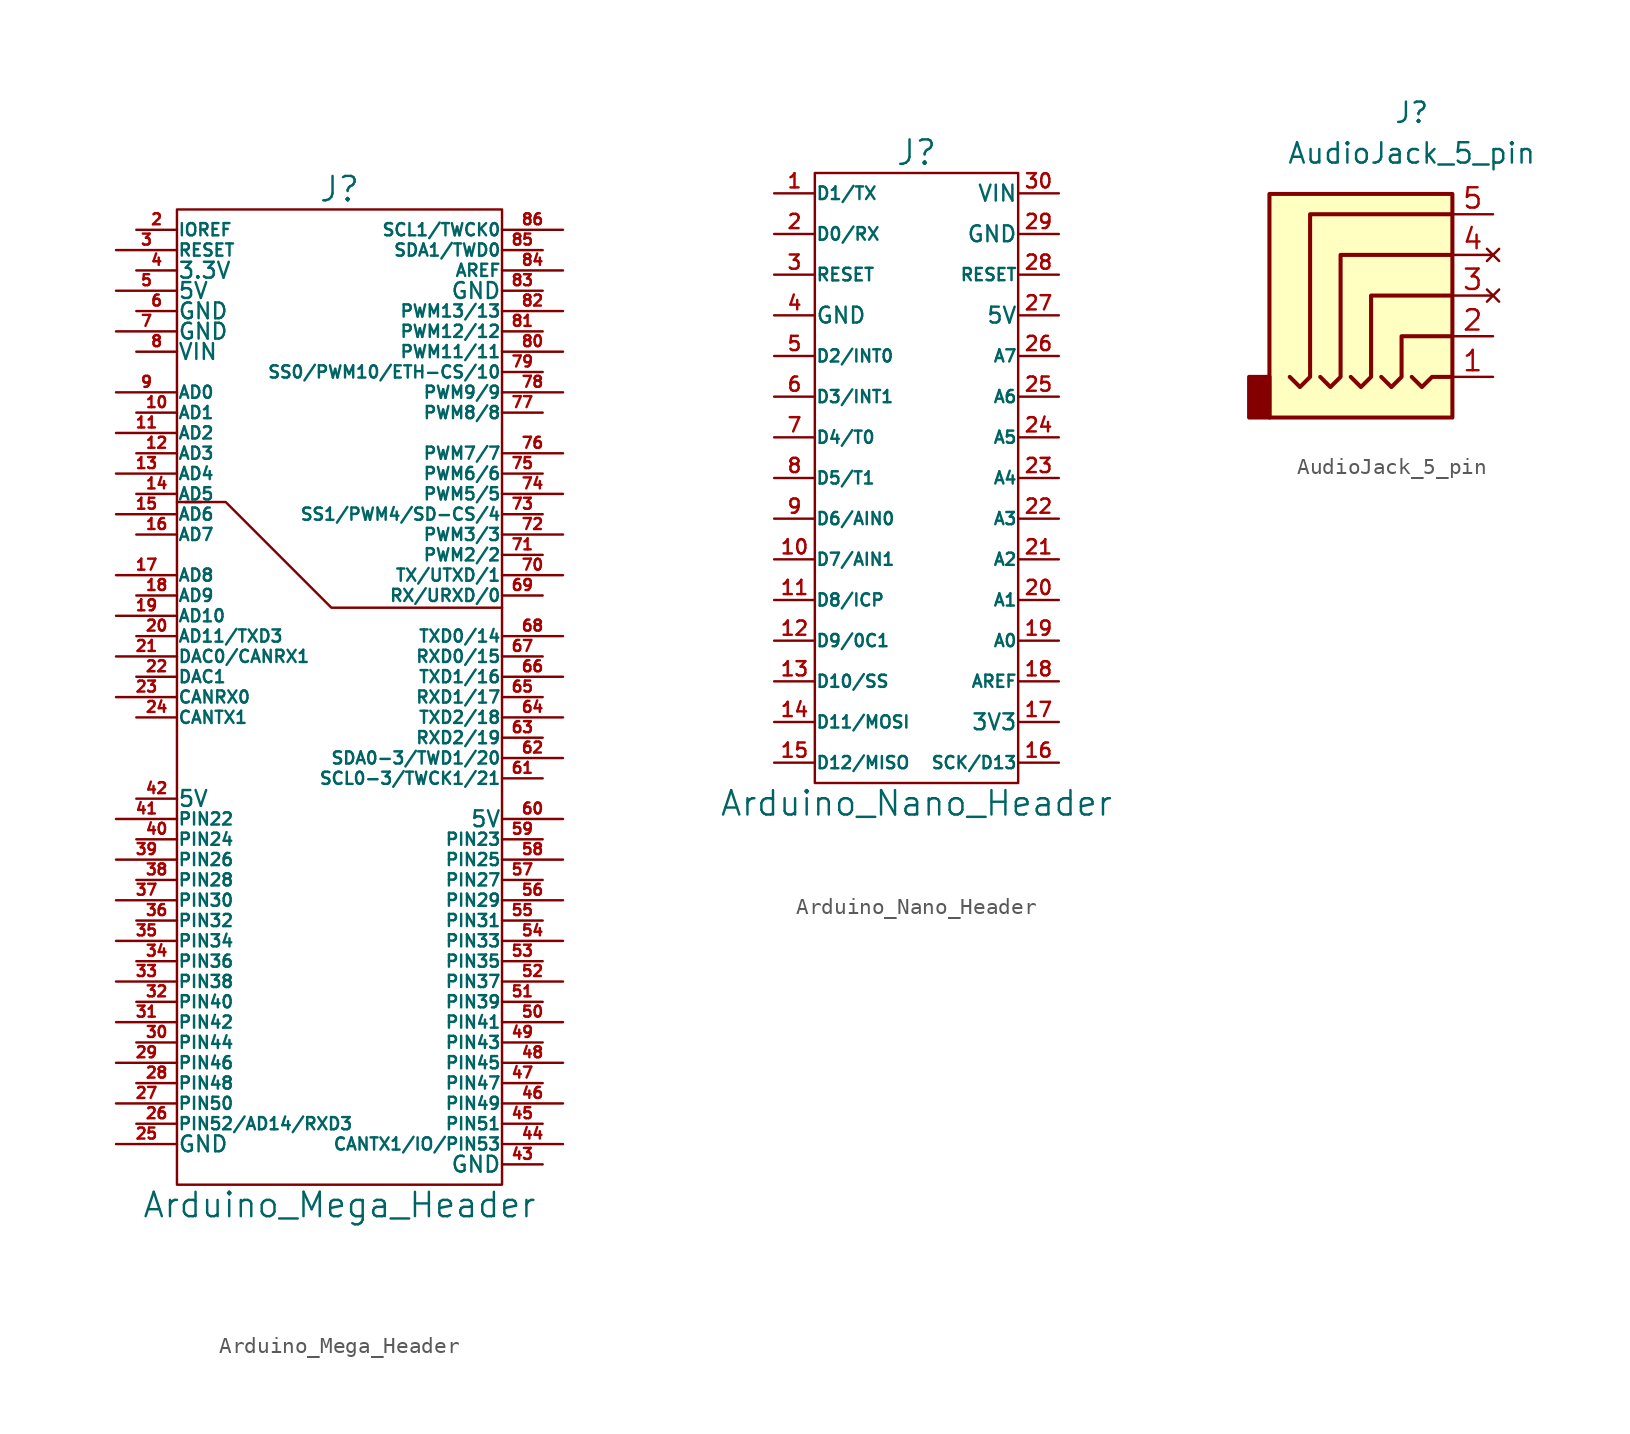
<source format=kicad_sym>
(kicad_symbol_lib
  (version 20211014)
  (generator kicad_symbol_editor)
  (symbol "Arduino_Mega_Header"
    (pin_names
      (offset 0.025))
    (property "Reference" "J"
      (at 0 31.75 0)
      (effects (font (size 1.524 1.524))))
    (property "Value" "Arduino_Mega_Header"
      (at 0 -31.75 0)
      (effects (font (size 1.524 1.524))))
    (property "Footprint" ""
      (at 0 0 0)
      (effects (font (size 1.524 1.524))))
    (property "Datasheet" ""
      (at 0 0 0)
      (effects (font (size 1.524 1.524))))
    (symbol "Arduino_Mega_Header_0_1"
      (polyline (pts (xy -8.636 12.192) (xy -9.652 12.192)) (stroke (width 0) (type default) (color 0 0 0 0)) (fill (type none)))
      (polyline (pts (xy 10.16 5.588) (xy -0.508 5.588) (xy -7.112 12.192) (xy -10.16 12.192)) (stroke (width 0) (type default) (color 0 0 0 0)) (fill (type none)))
      (rectangle (start 10.16 -30.48) (end -10.16 30.48) (stroke (width 0) (type default) (color 0 0 0 0)) (fill (type none))))
    (symbol "Arduino_Mega_Header_1_1"
      (pin passive line (at -12.7 17.78 0) (length 2.54) (name "AD1" (effects (font (size 0.762 0.762)))) (number "10" (effects (font (size 0.686 0.686)))))
      (pin passive line (at -13.97 16.51 0) (length 3.81) (name "AD2" (effects (font (size 0.762 0.762)))) (number "11" (effects (font (size 0.686 0.686)))))
      (pin passive line (at -12.7 15.24 0) (length 2.54) (name "AD3" (effects (font (size 0.762 0.762)))) (number "12" (effects (font (size 0.686 0.686)))))
      (pin passive line (at -13.97 13.97 0) (length 3.81) (name "AD4" (effects (font (size 0.762 0.762)))) (number "13" (effects (font (size 0.686 0.686)))))
      (pin passive line (at -12.7 12.7 0) (length 2.54) (name "AD5" (effects (font (size 0.762 0.762)))) (number "14" (effects (font (size 0.686 0.686)))))
      (pin passive line (at -13.97 11.43 0) (length 3.81) (name "AD6" (effects (font (size 0.762 0.762)))) (number "15" (effects (font (size 0.686 0.686)))))
      (pin passive line (at -12.7 10.16 0) (length 2.54) (name "AD7" (effects (font (size 0.762 0.762)))) (number "16" (effects (font (size 0.686 0.686)))))
      (pin passive line (at -13.97 7.62 0) (length 3.81) (name "AD8" (effects (font (size 0.762 0.762)))) (number "17" (effects (font (size 0.686 0.686)))))
      (pin passive line (at -12.7 6.35 0) (length 2.54) (name "AD9" (effects (font (size 0.762 0.762)))) (number "18" (effects (font (size 0.686 0.686)))))
      (pin passive line (at -13.97 5.08 0) (length 3.81) (name "AD10" (effects (font (size 0.762 0.762)))) (number "19" (effects (font (size 0.686 0.686)))))
      (pin passive line (at -12.7 29.21 0) (length 2.54) (name "IOREF" (effects (font (size 0.762 0.762)))) (number "2" (effects (font (size 0.686 0.686)))))
      (pin passive line (at -12.7 3.81 0) (length 2.54) (name "AD11/TXD3" (effects (font (size 0.762 0.762)))) (number "20" (effects (font (size 0.686 0.686)))))
      (pin passive line (at -13.97 2.54 0) (length 3.81) (name "DAC0/CANRX1" (effects (font (size 0.762 0.762)))) (number "21" (effects (font (size 0.686 0.686)))))
      (pin passive line (at -12.7 1.27 0) (length 2.54) (name "DAC1" (effects (font (size 0.762 0.762)))) (number "22" (effects (font (size 0.686 0.686)))))
      (pin passive line (at -13.97 0 0) (length 3.81) (name "CANRX0" (effects (font (size 0.762 0.762)))) (number "23" (effects (font (size 0.686 0.686)))))
      (pin passive line (at -12.7 -1.27 0) (length 2.54) (name "CANTX1" (effects (font (size 0.762 0.762)))) (number "24" (effects (font (size 0.686 0.686)))))
      (pin passive line (at -13.97 -27.94 0) (length 3.81) (name "GND" (effects (font (size 0.991 0.991)))) (number "25" (effects (font (size 0.686 0.686)))))
      (pin passive line (at -12.7 -26.67 0) (length 2.54) (name "PIN52/AD14/RXD3" (effects (font (size 0.762 0.762)))) (number "26" (effects (font (size 0.686 0.686)))))
      (pin passive line (at -13.97 -25.4 0) (length 3.81) (name "PIN50" (effects (font (size 0.762 0.762)))) (number "27" (effects (font (size 0.686 0.686)))))
      (pin passive line (at -12.7 -24.13 0) (length 2.54) (name "PIN48" (effects (font (size 0.762 0.762)))) (number "28" (effects (font (size 0.686 0.686)))))
      (pin passive line (at -13.97 -22.86 0) (length 3.81) (name "PIN46" (effects (font (size 0.762 0.762)))) (number "29" (effects (font (size 0.686 0.686)))))
      (pin passive line (at -13.97 27.94 0) (length 3.81) (name "RESET" (effects (font (size 0.762 0.762)))) (number "3" (effects (font (size 0.686 0.686)))))
      (pin passive line (at -12.7 -21.59 0) (length 2.54) (name "PIN44" (effects (font (size 0.762 0.762)))) (number "30" (effects (font (size 0.686 0.686)))))
      (pin passive line (at -13.97 -20.32 0) (length 3.81) (name "PIN42" (effects (font (size 0.762 0.762)))) (number "31" (effects (font (size 0.686 0.686)))))
      (pin passive line (at -12.7 -19.05 0) (length 2.54) (name "PIN40" (effects (font (size 0.762 0.762)))) (number "32" (effects (font (size 0.686 0.686)))))
      (pin passive line (at -13.97 -17.78 0) (length 3.81) (name "PIN38" (effects (font (size 0.762 0.762)))) (number "33" (effects (font (size 0.686 0.686)))))
      (pin passive line (at -12.7 -16.51 0) (length 2.54) (name "PIN36" (effects (font (size 0.762 0.762)))) (number "34" (effects (font (size 0.686 0.686)))))
      (pin passive line (at -13.97 -15.24 0) (length 3.81) (name "PIN34" (effects (font (size 0.762 0.762)))) (number "35" (effects (font (size 0.686 0.686)))))
      (pin passive line (at -12.7 -13.97 0) (length 2.54) (name "PIN32" (effects (font (size 0.762 0.762)))) (number "36" (effects (font (size 0.686 0.686)))))
      (pin passive line (at -13.97 -12.7 0) (length 3.81) (name "PIN30" (effects (font (size 0.762 0.762)))) (number "37" (effects (font (size 0.686 0.686)))))
      (pin passive line (at -12.7 -11.43 0) (length 2.54) (name "PIN28" (effects (font (size 0.762 0.762)))) (number "38" (effects (font (size 0.686 0.686)))))
      (pin passive line (at -13.97 -10.16 0) (length 3.81) (name "PIN26" (effects (font (size 0.762 0.762)))) (number "39" (effects (font (size 0.686 0.686)))))
      (pin passive line (at -12.7 26.67 0) (length 2.54) (name "3.3V" (effects (font (size 0.991 0.991)))) (number "4" (effects (font (size 0.686 0.686)))))
      (pin passive line (at -12.7 -8.89 0) (length 2.54) (name "PIN24" (effects (font (size 0.762 0.762)))) (number "40" (effects (font (size 0.686 0.686)))))
      (pin passive line (at -13.97 -7.62 0) (length 3.81) (name "PIN22" (effects (font (size 0.762 0.762)))) (number "41" (effects (font (size 0.686 0.686)))))
      (pin passive line (at -12.7 -6.35 0) (length 2.54) (name "5V" (effects (font (size 0.991 0.991)))) (number "42" (effects (font (size 0.686 0.686)))))
      (pin passive line (at 12.7 -29.21 180) (length 2.54) (name "GND" (effects (font (size 0.991 0.991)))) (number "43" (effects (font (size 0.686 0.686)))))
      (pin passive line (at 13.97 -27.94 180) (length 3.81) (name "CANTX1/IO/PIN53" (effects (font (size 0.762 0.762)))) (number "44" (effects (font (size 0.686 0.686)))))
      (pin passive line (at 12.7 -26.67 180) (length 2.54) (name "PIN51" (effects (font (size 0.762 0.762)))) (number "45" (effects (font (size 0.686 0.686)))))
      (pin passive line (at 13.97 -25.4 180) (length 3.81) (name "PIN49" (effects (font (size 0.762 0.762)))) (number "46" (effects (font (size 0.686 0.686)))))
      (pin passive line (at 12.7 -24.13 180) (length 2.54) (name "PIN47" (effects (font (size 0.762 0.762)))) (number "47" (effects (font (size 0.686 0.686)))))
      (pin passive line (at 13.97 -22.86 180) (length 3.81) (name "PIN45" (effects (font (size 0.762 0.762)))) (number "48" (effects (font (size 0.686 0.686)))))
      (pin passive line (at 12.7 -21.59 180) (length 2.54) (name "PIN43" (effects (font (size 0.762 0.762)))) (number "49" (effects (font (size 0.686 0.686)))))
      (pin passive line (at -13.97 25.4 0) (length 3.81) (name "5V" (effects (font (size 0.991 0.991)))) (number "5" (effects (font (size 0.686 0.686)))))
      (pin passive line (at 13.97 -20.32 180) (length 3.81) (name "PIN41" (effects (font (size 0.762 0.762)))) (number "50" (effects (font (size 0.686 0.686)))))
      (pin passive line (at 12.7 -19.05 180) (length 2.54) (name "PIN39" (effects (font (size 0.762 0.762)))) (number "51" (effects (font (size 0.686 0.686)))))
      (pin passive line (at 13.97 -17.78 180) (length 3.81) (name "PIN37" (effects (font (size 0.762 0.762)))) (number "52" (effects (font (size 0.686 0.686)))))
      (pin passive line (at 12.7 -16.51 180) (length 2.54) (name "PIN35" (effects (font (size 0.762 0.762)))) (number "53" (effects (font (size 0.686 0.686)))))
      (pin passive line (at 13.97 -15.24 180) (length 3.81) (name "PIN33" (effects (font (size 0.762 0.762)))) (number "54" (effects (font (size 0.686 0.686)))))
      (pin passive line (at 12.7 -13.97 180) (length 2.54) (name "PIN31" (effects (font (size 0.762 0.762)))) (number "55" (effects (font (size 0.686 0.686)))))
      (pin passive line (at 13.97 -12.7 180) (length 3.81) (name "PIN29" (effects (font (size 0.762 0.762)))) (number "56" (effects (font (size 0.686 0.686)))))
      (pin passive line (at 12.7 -11.43 180) (length 2.54) (name "PIN27" (effects (font (size 0.762 0.762)))) (number "57" (effects (font (size 0.686 0.686)))))
      (pin passive line (at 13.97 -10.16 180) (length 3.81) (name "PIN25" (effects (font (size 0.762 0.762)))) (number "58" (effects (font (size 0.686 0.686)))))
      (pin passive line (at 12.7 -8.89 180) (length 2.54) (name "PIN23" (effects (font (size 0.762 0.762)))) (number "59" (effects (font (size 0.686 0.686)))))
      (pin passive line (at -12.7 24.13 0) (length 2.54) (name "GND" (effects (font (size 0.991 0.991)))) (number "6" (effects (font (size 0.686 0.686)))))
      (pin passive line (at 13.97 -7.62 180) (length 3.81) (name "5V" (effects (font (size 0.991 0.991)))) (number "60" (effects (font (size 0.686 0.686)))))
      (pin passive line (at 12.7 -5.08 180) (length 2.54) (name "SCL0-3/TWCK1/21" (effects (font (size 0.762 0.762)))) (number "61" (effects (font (size 0.686 0.686)))))
      (pin passive line (at 13.97 -3.81 180) (length 3.81) (name "SDA0-3/TWD1/20" (effects (font (size 0.762 0.762)))) (number "62" (effects (font (size 0.686 0.686)))))
      (pin passive line (at 12.7 -2.54 180) (length 2.54) (name "RXD2/19" (effects (font (size 0.762 0.762)))) (number "63" (effects (font (size 0.686 0.686)))))
      (pin passive line (at 13.97 -1.27 180) (length 3.81) (name "TXD2/18" (effects (font (size 0.762 0.762)))) (number "64" (effects (font (size 0.686 0.686)))))
      (pin passive line (at 12.7 0 180) (length 2.54) (name "RXD1/17" (effects (font (size 0.762 0.762)))) (number "65" (effects (font (size 0.686 0.686)))))
      (pin passive line (at 13.97 1.27 180) (length 3.81) (name "TXD1/16" (effects (font (size 0.762 0.762)))) (number "66" (effects (font (size 0.686 0.686)))))
      (pin passive line (at 12.7 2.54 180) (length 2.54) (name "RXD0/15" (effects (font (size 0.762 0.762)))) (number "67" (effects (font (size 0.686 0.686)))))
      (pin passive line (at 13.97 3.81 180) (length 3.81) (name "TXD0/14" (effects (font (size 0.762 0.762)))) (number "68" (effects (font (size 0.686 0.686)))))
      (pin passive line (at 12.7 6.35 180) (length 2.54) (name "RX/URXD/0" (effects (font (size 0.762 0.762)))) (number "69" (effects (font (size 0.686 0.686)))))
      (pin passive line (at -13.97 22.86 0) (length 3.81) (name "GND" (effects (font (size 0.991 0.991)))) (number "7" (effects (font (size 0.686 0.686)))))
      (pin passive line (at 13.97 7.62 180) (length 3.81) (name "TX/UTXD/1" (effects (font (size 0.762 0.762)))) (number "70" (effects (font (size 0.686 0.686)))))
      (pin passive line (at 12.7 8.89 180) (length 2.54) (name "PWM2/2" (effects (font (size 0.762 0.762)))) (number "71" (effects (font (size 0.686 0.686)))))
      (pin passive line (at 13.97 10.16 180) (length 3.81) (name "PWM3/3" (effects (font (size 0.762 0.762)))) (number "72" (effects (font (size 0.686 0.686)))))
      (pin passive line (at 12.7 11.43 180) (length 2.54) (name "SS1/PWM4/SD-CS/4" (effects (font (size 0.762 0.762)))) (number "73" (effects (font (size 0.686 0.686)))))
      (pin passive line (at 13.97 12.7 180) (length 3.81) (name "PWM5/5" (effects (font (size 0.762 0.762)))) (number "74" (effects (font (size 0.686 0.686)))))
      (pin passive line (at 12.7 13.97 180) (length 2.54) (name "PWM6/6" (effects (font (size 0.762 0.762)))) (number "75" (effects (font (size 0.686 0.686)))))
      (pin passive line (at 13.97 15.24 180) (length 3.81) (name "PWM7/7" (effects (font (size 0.762 0.762)))) (number "76" (effects (font (size 0.686 0.686)))))
      (pin passive line (at 12.7 17.78 180) (length 2.54) (name "PWM8/8" (effects (font (size 0.762 0.762)))) (number "77" (effects (font (size 0.686 0.686)))))
      (pin passive line (at 13.97 19.05 180) (length 3.81) (name "PWM9/9" (effects (font (size 0.762 0.762)))) (number "78" (effects (font (size 0.686 0.686)))))
      (pin passive line (at 12.7 20.32 180) (length 2.54) (name "SS0/PWM10/ETH-CS/10" (effects (font (size 0.762 0.762)))) (number "79" (effects (font (size 0.686 0.686)))))
      (pin passive line (at -12.7 21.59 0) (length 2.54) (name "VIN" (effects (font (size 0.991 0.991)))) (number "8" (effects (font (size 0.686 0.686)))))
      (pin passive line (at 13.97 21.59 180) (length 3.81) (name "PWM11/11" (effects (font (size 0.762 0.762)))) (number "80" (effects (font (size 0.686 0.686)))))
      (pin passive line (at 12.7 22.86 180) (length 2.54) (name "PWM12/12" (effects (font (size 0.762 0.762)))) (number "81" (effects (font (size 0.686 0.686)))))
      (pin passive line (at 13.97 24.13 180) (length 3.81) (name "PWM13/13" (effects (font (size 0.762 0.762)))) (number "82" (effects (font (size 0.686 0.686)))))
      (pin passive line (at 12.7 25.4 180) (length 2.54) (name "GND" (effects (font (size 0.991 0.991)))) (number "83" (effects (font (size 0.686 0.686)))))
      (pin passive line (at 13.97 26.67 180) (length 3.81) (name "AREF" (effects (font (size 0.762 0.762)))) (number "84" (effects (font (size 0.686 0.686)))))
      (pin passive line (at 12.7 27.94 180) (length 2.54) (name "SDA1/TWD0" (effects (font (size 0.762 0.762)))) (number "85" (effects (font (size 0.686 0.686)))))
      (pin passive line (at 13.97 29.21 180) (length 3.81) (name "SCL1/TWCK0" (effects (font (size 0.762 0.762)))) (number "86" (effects (font (size 0.686 0.686)))))
      (pin passive line (at -13.97 19.05 0) (length 3.81) (name "AD0" (effects (font (size 0.762 0.762)))) (number "9" (effects (font (size 0.686 0.686)))))))
  (symbol "Arduino_Nano_Header"
    (pin_names
      (offset 0.025))
    (property "Reference" "J"
      (at 0 20.32 0)
      (effects (font (size 1.524 1.524))))
    (property "Value" "Arduino_Nano_Header"
      (at 0 -20.32 0)
      (effects (font (size 1.524 1.524))))
    (property "Footprint" ""
      (at 0 0 0)
      (effects (font (size 1.524 1.524))))
    (property "Datasheet" ""
      (at 0 0 0)
      (effects (font (size 1.524 1.524))))
    (symbol "Arduino_Nano_Header_0_1"
      (rectangle (start 6.35 -19.05) (end -6.35 19.05) (stroke (width 0) (type default) (color 0 0 0 0)) (fill (type none))))
    (symbol "Arduino_Nano_Header_1_1"
      (pin passive line (at -8.89 17.78 0) (length 2.54) (name "D1/TX" (effects (font (size 0.787 0.787)))) (number "1" (effects (font (size 0.889 0.889)))))
      (pin passive line (at -8.89 -5.08 0) (length 2.54) (name "D7/AIN1" (effects (font (size 0.762 0.762)))) (number "10" (effects (font (size 0.889 0.889)))))
      (pin passive line (at -8.89 -7.62 0) (length 2.54) (name "D8/ICP" (effects (font (size 0.762 0.762)))) (number "11" (effects (font (size 0.889 0.889)))))
      (pin passive line (at -8.89 -10.16 0) (length 2.54) (name "D9/0C1" (effects (font (size 0.762 0.762)))) (number "12" (effects (font (size 0.889 0.889)))))
      (pin passive line (at -8.89 -12.7 0) (length 2.54) (name "D10/SS" (effects (font (size 0.762 0.762)))) (number "13" (effects (font (size 0.889 0.889)))))
      (pin passive line (at -8.89 -15.24 0) (length 2.54) (name "D11/MOSI" (effects (font (size 0.762 0.762)))) (number "14" (effects (font (size 0.889 0.889)))))
      (pin passive line (at -8.89 -17.78 0) (length 2.54) (name "D12/MISO" (effects (font (size 0.762 0.762)))) (number "15" (effects (font (size 0.889 0.889)))))
      (pin passive line (at 8.89 -17.78 180) (length 2.54) (name "SCK/D13" (effects (font (size 0.762 0.762)))) (number "16" (effects (font (size 0.889 0.889)))))
      (pin passive line (at 8.89 -15.24 180) (length 2.54) (name "3V3" (effects (font (size 0.991 0.991)))) (number "17" (effects (font (size 0.889 0.889)))))
      (pin passive line (at 8.89 -12.7 180) (length 2.54) (name "AREF" (effects (font (size 0.762 0.762)))) (number "18" (effects (font (size 0.889 0.889)))))
      (pin passive line (at 8.89 -10.16 180) (length 2.54) (name "A0" (effects (font (size 0.762 0.762)))) (number "19" (effects (font (size 0.889 0.889)))))
      (pin passive line (at -8.89 15.24 0) (length 2.54) (name "D0/RX" (effects (font (size 0.787 0.787)))) (number "2" (effects (font (size 0.889 0.889)))))
      (pin passive line (at 8.89 -7.62 180) (length 2.54) (name "A1" (effects (font (size 0.762 0.762)))) (number "20" (effects (font (size 0.889 0.889)))))
      (pin passive line (at 8.89 -5.08 180) (length 2.54) (name "A2" (effects (font (size 0.762 0.762)))) (number "21" (effects (font (size 0.889 0.889)))))
      (pin passive line (at 8.89 -2.54 180) (length 2.54) (name "A3" (effects (font (size 0.762 0.762)))) (number "22" (effects (font (size 0.889 0.889)))))
      (pin passive line (at 8.89 0 180) (length 2.54) (name "A4" (effects (font (size 0.762 0.762)))) (number "23" (effects (font (size 0.889 0.889)))))
      (pin passive line (at 8.89 2.54 180) (length 2.54) (name "A5" (effects (font (size 0.762 0.762)))) (number "24" (effects (font (size 0.889 0.889)))))
      (pin passive line (at 8.89 5.08 180) (length 2.54) (name "A6" (effects (font (size 0.762 0.762)))) (number "25" (effects (font (size 0.889 0.889)))))
      (pin passive line (at 8.89 7.62 180) (length 2.54) (name "A7" (effects (font (size 0.762 0.762)))) (number "26" (effects (font (size 0.889 0.889)))))
      (pin passive line (at 8.89 10.16 180) (length 2.54) (name "5V" (effects (font (size 0.991 0.991)))) (number "27" (effects (font (size 0.889 0.889)))))
      (pin passive line (at 8.89 12.7 180) (length 2.54) (name "RESET" (effects (font (size 0.762 0.762)))) (number "28" (effects (font (size 0.889 0.889)))))
      (pin passive line (at 8.89 15.24 180) (length 2.54) (name "GND" (effects (font (size 0.991 0.991)))) (number "29" (effects (font (size 0.889 0.889)))))
      (pin passive line (at -8.89 12.7 0) (length 2.54) (name "RESET" (effects (font (size 0.787 0.787)))) (number "3" (effects (font (size 0.889 0.889)))))
      (pin passive line (at 8.89 17.78 180) (length 2.54) (name "VIN" (effects (font (size 0.991 0.991)))) (number "30" (effects (font (size 0.889 0.889)))))
      (pin passive line (at -8.89 10.16 0) (length 2.54) (name "GND" (effects (font (size 0.991 0.991)))) (number "4" (effects (font (size 0.889 0.889)))))
      (pin passive line (at -8.89 7.62 0) (length 2.54) (name "D2/INT0" (effects (font (size 0.762 0.762)))) (number "5" (effects (font (size 0.889 0.889)))))
      (pin passive line (at -8.89 5.08 0) (length 2.54) (name "D3/INT1" (effects (font (size 0.762 0.762)))) (number "6" (effects (font (size 0.889 0.889)))))
      (pin passive line (at -8.89 2.54 0) (length 2.54) (name "D4/T0" (effects (font (size 0.762 0.762)))) (number "7" (effects (font (size 0.889 0.889)))))
      (pin passive line (at -8.89 0 0) (length 2.54) (name "D5/T1" (effects (font (size 0.762 0.762)))) (number "8" (effects (font (size 0.889 0.889)))))
      (pin passive line (at -8.89 -2.54 0) (length 2.54) (name "D6/AIN0" (effects (font (size 0.762 0.762)))) (number "9" (effects (font (size 0.889 0.889)))))))
  (symbol "AudioJack_5_pin"
    (property "Reference" "J"
      (at 0 11.43 0)
      (effects (font (size 1.27 1.27))))
    (property "Value" "AudioJack_5_pin"
      (at 0 8.89 0)
      (effects (font (size 1.27 1.27))))
    (symbol "AudioJack_5_pin_0_1"
      (rectangle (start -8.89 -5.08) (end -10.16 -7.62) (stroke (width 0.254) (type default) (color 0 0 0 0)) (fill (type outline)))
      (polyline (pts (xy 0 -5.08) (xy 0.635 -5.715) (xy 1.27 -5.08) (xy 2.54 -5.08)) (stroke (width 0.254) (type default) (color 0 0 0 0)) (fill (type none)))
      (polyline (pts (xy -5.715 -5.08) (xy -5.08 -5.715) (xy -4.445 -5.08) (xy -4.445 2.54) (xy 2.54 2.54)) (stroke (width 0.254) (type default) (color 0 0 0 0)) (fill (type none)))
      (polyline (pts (xy -1.905 -5.08) (xy -1.27 -5.715) (xy -0.635 -5.08) (xy -0.635 -2.54) (xy 2.54 -2.54)) (stroke (width 0.254) (type default) (color 0 0 0 0)) (fill (type none)))
      (polyline (pts (xy 2.54 0) (xy -2.54 0) (xy -2.54 -5.08) (xy -3.175 -5.715) (xy -3.81 -5.08)) (stroke (width 0.254) (type default) (color 0 0 0 0)) (fill (type none)))
      (polyline (pts (xy 2.54 5.08) (xy -6.35 5.08) (xy -6.35 -5.08) (xy -6.985 -5.715) (xy -7.62 -5.08)) (stroke (width 0.254) (type default) (color 0 0 0 0)) (fill (type none)))
      (rectangle (start 2.54 6.35) (end -8.89 -7.62) (stroke (width 0.254) (type default) (color 0 0 0 0)) (fill (type background))))
    (symbol "AudioJack_5_pin_1_1"
      (pin passive line (at 5.08 -5.08 180) (length 2.54) (name "~" (effects (font (size 1.27 1.27)))) (number "1" (effects (font (size 1.27 1.27)))))
      (pin passive line (at 5.08 -2.54 180) (length 2.54) (name "" (effects (font (size 1.27 1.27)))) (number "2" (effects (font (size 1.27 1.27)))))
      (pin no_connect line (at 5.08 0 180) (length 2.54) (name "" (effects (font (size 1.27 1.27)))) (number "3" (effects (font (size 1.27 1.27)))))
      (pin no_connect line (at 5.08 2.54 180) (length 2.54) (name "" (effects (font (size 1.27 1.27)))) (number "4" (effects (font (size 1.27 1.27)))))
      (pin passive line (at 5.08 5.08 180) (length 2.54) (name "" (effects (font (size 1.27 1.27)))) (number "5" (effects (font (size 1.27 1.27))))))))
</source>
